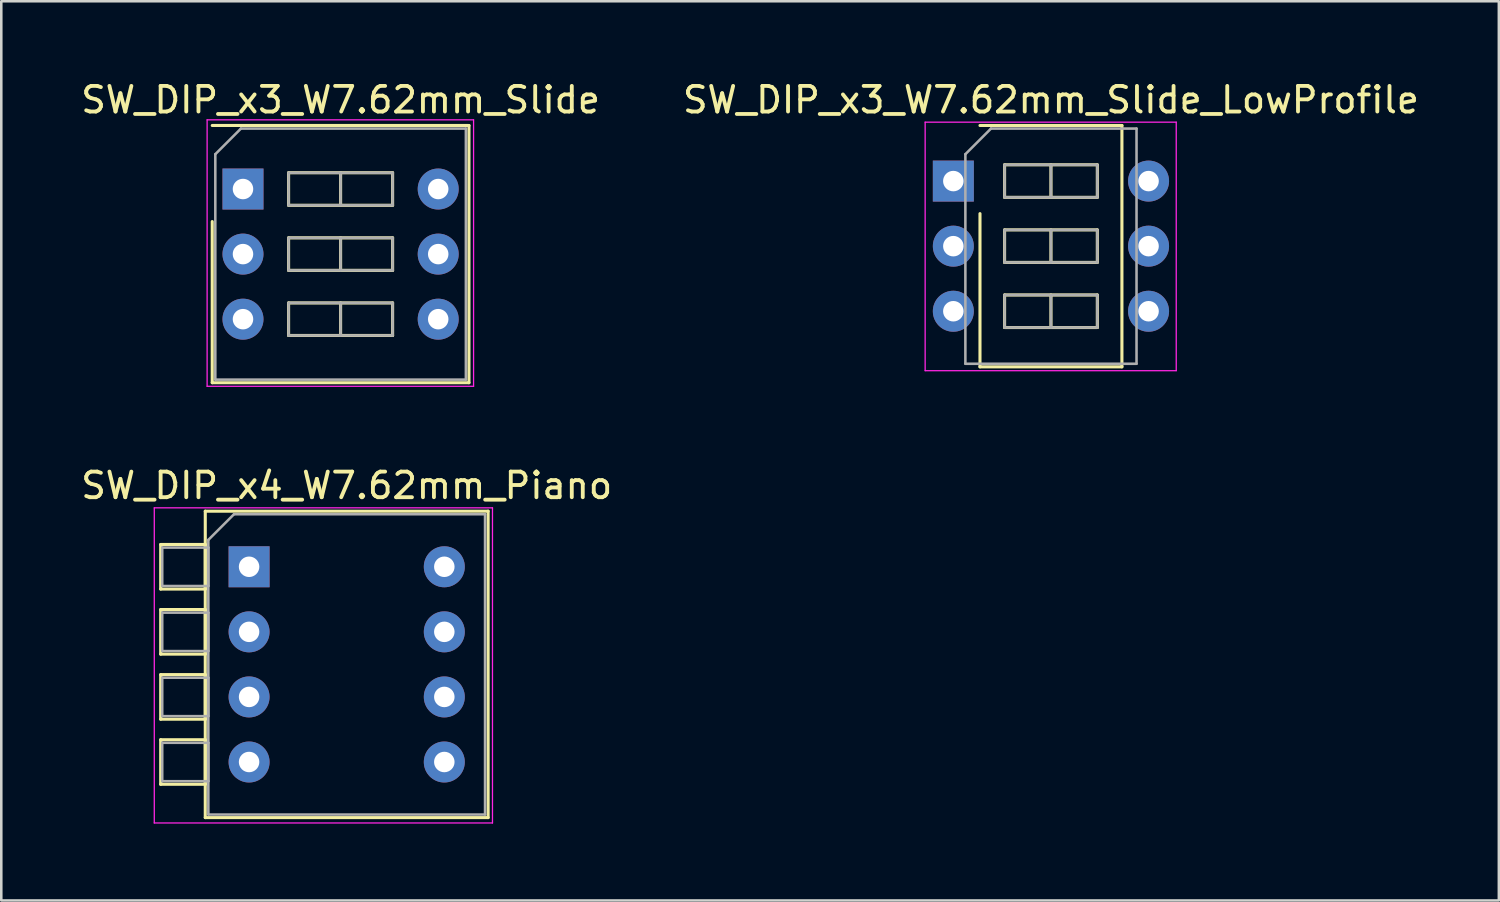
<source format=kicad_pcb>
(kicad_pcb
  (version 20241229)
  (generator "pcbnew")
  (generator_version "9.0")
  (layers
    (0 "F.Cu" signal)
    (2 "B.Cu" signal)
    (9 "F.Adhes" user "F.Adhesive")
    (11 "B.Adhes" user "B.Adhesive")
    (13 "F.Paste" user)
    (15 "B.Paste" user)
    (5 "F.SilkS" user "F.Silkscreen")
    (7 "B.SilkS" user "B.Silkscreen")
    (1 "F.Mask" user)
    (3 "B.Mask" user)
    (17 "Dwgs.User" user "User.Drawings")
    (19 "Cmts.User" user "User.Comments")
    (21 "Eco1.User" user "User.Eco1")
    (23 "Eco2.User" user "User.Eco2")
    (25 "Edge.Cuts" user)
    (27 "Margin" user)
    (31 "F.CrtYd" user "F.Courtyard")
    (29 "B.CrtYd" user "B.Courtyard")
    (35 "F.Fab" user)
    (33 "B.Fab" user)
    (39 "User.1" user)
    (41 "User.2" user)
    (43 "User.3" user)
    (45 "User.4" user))
  (footprint "SW_DIP_x3_W7.62mm_Slide"
    (layer "F.Cu")
    (at 6.434 4.328)
    (property "Reference" "SW_DIP_x3_W7.62mm_Slide" (at 3.81 -3.48 0) (layer "F.SilkS") (effects (font (size 1 1) (thickness 0.15))))
    (attr through_hole)
    (fp_line (start -1.2 -2.48) (end 8.82 -2.48) (stroke (width 0.12) (type solid)) (layer "F.SilkS"))
    (fp_line (start -1.2 7.56) (end -1.2 1.27) (stroke (width 0.12) (type solid)) (layer "F.SilkS"))
    (fp_line (start 1.78 -0.635) (end 1.78 0.635) (stroke (width 0.12) (type solid)) (layer "F.SilkS"))
    (fp_line (start 1.78 0.635) (end 5.84 0.635) (stroke (width 0.12) (type solid)) (layer "F.SilkS"))
    (fp_line (start 1.78 1.905) (end 1.78 3.175) (stroke (width 0.12) (type solid)) (layer "F.SilkS"))
    (fp_line (start 1.78 3.175) (end 5.84 3.175) (stroke (width 0.12) (type solid)) (layer "F.SilkS"))
    (fp_line (start 1.78 4.445) (end 1.78 5.715) (stroke (width 0.12) (type solid)) (layer "F.SilkS"))
    (fp_line (start 1.78 5.715) (end 5.84 5.715) (stroke (width 0.12) (type solid)) (layer "F.SilkS"))
    (fp_line (start 3.81 -0.635) (end 3.81 0.635) (stroke (width 0.12) (type solid)) (layer "F.SilkS"))
    (fp_line (start 3.81 1.905) (end 3.81 3.175) (stroke (width 0.12) (type solid)) (layer "F.SilkS"))
    (fp_line (start 3.81 4.445) (end 3.81 5.715) (stroke (width 0.12) (type solid)) (layer "F.SilkS"))
    (fp_line (start 5.84 -0.635) (end 1.78 -0.635) (stroke (width 0.12) (type solid)) (layer "F.SilkS"))
    (fp_line (start 5.84 0.635) (end 5.84 -0.635) (stroke (width 0.12) (type solid)) (layer "F.SilkS"))
    (fp_line (start 5.84 1.905) (end 1.78 1.905) (stroke (width 0.12) (type solid)) (layer "F.SilkS"))
    (fp_line (start 5.84 3.175) (end 5.84 1.905) (stroke (width 0.12) (type solid)) (layer "F.SilkS"))
    (fp_line (start 5.84 4.445) (end 1.78 4.445) (stroke (width 0.12) (type solid)) (layer "F.SilkS"))
    (fp_line (start 5.84 5.715) (end 5.84 4.445) (stroke (width 0.12) (type solid)) (layer "F.SilkS"))
    (fp_line (start 8.82 -2.48) (end 8.82 7.56) (stroke (width 0.12) (type solid)) (layer "F.SilkS"))
    (fp_line (start 8.82 7.56) (end -1.2 7.56) (stroke (width 0.12) (type solid)) (layer "F.SilkS"))
    (fp_line (start -1.4 -2.7) (end -1.4 7.7) (stroke (width 0.05) (type solid)) (layer "F.CrtYd"))
    (fp_line (start -1.4 7.7) (end 9 7.7) (stroke (width 0.05) (type solid)) (layer "F.CrtYd"))
    (fp_line (start 9 -2.7) (end -1.4 -2.7) (stroke (width 0.05) (type solid)) (layer "F.CrtYd"))
    (fp_line (start 9 7.7) (end 9 -2.7) (stroke (width 0.05) (type solid)) (layer "F.CrtYd"))
    (fp_line (start -1.08 -1.36) (end -0.08 -2.36) (stroke (width 0.1) (type solid)) (layer "F.Fab"))
    (fp_line (start -1.08 7.44) (end -1.08 -1.36) (stroke (width 0.1) (type solid)) (layer "F.Fab"))
    (fp_line (start -0.08 -2.36) (end 8.7 -2.36) (stroke (width 0.1) (type solid)) (layer "F.Fab"))
    (fp_line (start 1.78 -0.635) (end 1.78 0.635) (stroke (width 0.1) (type solid)) (layer "F.Fab"))
    (fp_line (start 1.78 0.635) (end 5.84 0.635) (stroke (width 0.1) (type solid)) (layer "F.Fab"))
    (fp_line (start 1.78 1.905) (end 1.78 3.175) (stroke (width 0.1) (type solid)) (layer "F.Fab"))
    (fp_line (start 1.78 3.175) (end 5.84 3.175) (stroke (width 0.1) (type solid)) (layer "F.Fab"))
    (fp_line (start 1.78 4.445) (end 1.78 5.715) (stroke (width 0.1) (type solid)) (layer "F.Fab"))
    (fp_line (start 1.78 5.715) (end 5.84 5.715) (stroke (width 0.1) (type solid)) (layer "F.Fab"))
    (fp_line (start 3.81 -0.635) (end 3.81 0.635) (stroke (width 0.1) (type solid)) (layer "F.Fab"))
    (fp_line (start 3.81 1.905) (end 3.81 3.175) (stroke (width 0.1) (type solid)) (layer "F.Fab"))
    (fp_line (start 3.81 4.445) (end 3.81 5.715) (stroke (width 0.1) (type solid)) (layer "F.Fab"))
    (fp_line (start 5.84 -0.635) (end 1.78 -0.635) (stroke (width 0.1) (type solid)) (layer "F.Fab"))
    (fp_line (start 5.84 0.635) (end 5.84 -0.635) (stroke (width 0.1) (type solid)) (layer "F.Fab"))
    (fp_line (start 5.84 1.905) (end 1.78 1.905) (stroke (width 0.1) (type solid)) (layer "F.Fab"))
    (fp_line (start 5.84 3.175) (end 5.84 1.905) (stroke (width 0.1) (type solid)) (layer "F.Fab"))
    (fp_line (start 5.84 4.445) (end 1.78 4.445) (stroke (width 0.1) (type solid)) (layer "F.Fab"))
    (fp_line (start 5.84 5.715) (end 5.84 4.445) (stroke (width 0.1) (type solid)) (layer "F.Fab"))
    (fp_line (start 8.7 -2.36) (end 8.7 7.44) (stroke (width 0.1) (type solid)) (layer "F.Fab"))
    (fp_line (start 8.7 7.44) (end -1.08 7.44) (stroke (width 0.1) (type solid)) (layer "F.Fab"))
    (pad "1" thru_hole rect (at 0 0) (size 1.6 1.6) (drill 0.8) (layers "*.Cu" "*.Mask"))
    (pad "2" thru_hole oval (at 0 2.54) (size 1.6 1.6) (drill 0.8) (layers "*.Cu" "*.Mask"))
    (pad "3" thru_hole oval (at 0 5.08) (size 1.6 1.6) (drill 0.8) (layers "*.Cu" "*.Mask"))
    (pad "4" thru_hole oval (at 7.62 5.08) (size 1.6 1.6) (drill 0.8) (layers "*.Cu" "*.Mask"))
    (pad "5" thru_hole oval (at 7.62 2.54) (size 1.6 1.6) (drill 0.8) (layers "*.Cu" "*.Mask"))
    (pad "6" thru_hole oval (at 7.62 0) (size 1.6 1.6) (drill 0.8) (layers "*.Cu" "*.Mask")))
  (footprint "SW_DIP_x4_W7.62mm_Piano"
    (layer "F.Cu")
    (at 6.672 19.072)
    (property "Reference" "SW_DIP_x4_W7.62mm_Piano" (at 3.81 -3.17 0) (layer "F.SilkS") (effects (font (size 1 1) (thickness 0.15))))
    (attr through_hole)
    (fp_line (start -3.45 -0.87) (end -3.45 0.87) (stroke (width 0.12) (type solid)) (layer "F.SilkS"))
    (fp_line (start -3.45 0.87) (end -1.71 0.87) (stroke (width 0.12) (type solid)) (layer "F.SilkS"))
    (fp_line (start -3.45 1.67) (end -3.45 3.41) (stroke (width 0.12) (type solid)) (layer "F.SilkS"))
    (fp_line (start -3.45 3.41) (end -1.71 3.41) (stroke (width 0.12) (type solid)) (layer "F.SilkS"))
    (fp_line (start -3.45 4.21) (end -3.45 5.95) (stroke (width 0.12) (type solid)) (layer "F.SilkS"))
    (fp_line (start -3.45 5.95) (end -1.71 5.95) (stroke (width 0.12) (type solid)) (layer "F.SilkS"))
    (fp_line (start -3.45 6.75) (end -3.45 8.49) (stroke (width 0.12) (type solid)) (layer "F.SilkS"))
    (fp_line (start -3.45 8.49) (end -1.71 8.49) (stroke (width 0.12) (type solid)) (layer "F.SilkS"))
    (fp_line (start -1.71 -2.17) (end 9.33 -2.17) (stroke (width 0.12) (type solid)) (layer "F.SilkS"))
    (fp_line (start -1.71 -0.87) (end -3.45 -0.87) (stroke (width 0.12) (type solid)) (layer "F.SilkS"))
    (fp_line (start -1.71 0.87) (end -1.71 -0.87) (stroke (width 0.12) (type solid)) (layer "F.SilkS"))
    (fp_line (start -1.71 1.67) (end -3.45 1.67) (stroke (width 0.12) (type solid)) (layer "F.SilkS"))
    (fp_line (start -1.71 3.41) (end -1.71 1.67) (stroke (width 0.12) (type solid)) (layer "F.SilkS"))
    (fp_line (start -1.71 4.21) (end -3.45 4.21) (stroke (width 0.12) (type solid)) (layer "F.SilkS"))
    (fp_line (start -1.71 5.95) (end -1.71 4.21) (stroke (width 0.12) (type solid)) (layer "F.SilkS"))
    (fp_line (start -1.71 6.75) (end -3.45 6.75) (stroke (width 0.12) (type solid)) (layer "F.SilkS"))
    (fp_line (start -1.71 8.49) (end -1.71 6.75) (stroke (width 0.12) (type solid)) (layer "F.SilkS"))
    (fp_line (start -1.71 9.79) (end -1.71 -2.17) (stroke (width 0.12) (type solid)) (layer "F.SilkS"))
    (fp_line (start 9.33 -2.17) (end 9.33 9.79) (stroke (width 0.12) (type solid)) (layer "F.SilkS"))
    (fp_line (start 9.33 9.79) (end -1.71 9.79) (stroke (width 0.12) (type solid)) (layer "F.SilkS"))
    (fp_line (start -3.7 -2.3) (end -3.7 10) (stroke (width 0.05) (type solid)) (layer "F.CrtYd"))
    (fp_line (start -3.7 10) (end 9.5 10) (stroke (width 0.05) (type solid)) (layer "F.CrtYd"))
    (fp_line (start 9.5 -2.3) (end -3.7 -2.3) (stroke (width 0.05) (type solid)) (layer "F.CrtYd"))
    (fp_line (start 9.5 10) (end 9.5 -2.3) (stroke (width 0.05) (type solid)) (layer "F.CrtYd"))
    (fp_line (start -3.39 -0.75) (end -1.59 -0.75) (stroke (width 0.1) (type solid)) (layer "F.Fab"))
    (fp_line (start -3.39 0.75) (end -3.39 -0.75) (stroke (width 0.1) (type solid)) (layer "F.Fab"))
    (fp_line (start -3.39 1.79) (end -1.59 1.79) (stroke (width 0.1) (type solid)) (layer "F.Fab"))
    (fp_line (start -3.39 3.29) (end -3.39 1.79) (stroke (width 0.1) (type solid)) (layer "F.Fab"))
    (fp_line (start -3.39 4.33) (end -1.59 4.33) (stroke (width 0.1) (type solid)) (layer "F.Fab"))
    (fp_line (start -3.39 5.83) (end -3.39 4.33) (stroke (width 0.1) (type solid)) (layer "F.Fab"))
    (fp_line (start -3.39 6.87) (end -1.59 6.87) (stroke (width 0.1) (type solid)) (layer "F.Fab"))
    (fp_line (start -3.39 8.37) (end -3.39 6.87) (stroke (width 0.1) (type solid)) (layer "F.Fab"))
    (fp_line (start -1.59 -1.05) (end -0.59 -2.05) (stroke (width 0.1) (type solid)) (layer "F.Fab"))
    (fp_line (start -1.59 -0.75) (end -1.59 0.75) (stroke (width 0.1) (type solid)) (layer "F.Fab"))
    (fp_line (start -1.59 0.75) (end -3.39 0.75) (stroke (width 0.1) (type solid)) (layer "F.Fab"))
    (fp_line (start -1.59 1.79) (end -1.59 3.29) (stroke (width 0.1) (type solid)) (layer "F.Fab"))
    (fp_line (start -1.59 3.29) (end -3.39 3.29) (stroke (width 0.1) (type solid)) (layer "F.Fab"))
    (fp_line (start -1.59 4.33) (end -1.59 5.83) (stroke (width 0.1) (type solid)) (layer "F.Fab"))
    (fp_line (start -1.59 5.83) (end -3.39 5.83) (stroke (width 0.1) (type solid)) (layer "F.Fab"))
    (fp_line (start -1.59 6.87) (end -1.59 8.37) (stroke (width 0.1) (type solid)) (layer "F.Fab"))
    (fp_line (start -1.59 8.37) (end -3.39 8.37) (stroke (width 0.1) (type solid)) (layer "F.Fab"))
    (fp_line (start -1.59 9.67) (end -1.59 -1.05) (stroke (width 0.1) (type solid)) (layer "F.Fab"))
    (fp_line (start -0.59 -2.05) (end 9.21 -2.05) (stroke (width 0.1) (type solid)) (layer "F.Fab"))
    (fp_line (start 9.21 -2.05) (end 9.21 9.67) (stroke (width 0.1) (type solid)) (layer "F.Fab"))
    (fp_line (start 9.21 9.67) (end -1.59 9.67) (stroke (width 0.1) (type solid)) (layer "F.Fab"))
    (pad "1" thru_hole rect (at 0 0) (size 1.6 1.6) (drill 0.8) (layers "*.Cu" "*.Mask"))
    (pad "2" thru_hole oval (at 0 2.54) (size 1.6 1.6) (drill 0.8) (layers "*.Cu" "*.Mask"))
    (pad "3" thru_hole oval (at 0 5.08) (size 1.6 1.6) (drill 0.8) (layers "*.Cu" "*.Mask"))
    (pad "4" thru_hole oval (at 0 7.62) (size 1.6 1.6) (drill 0.8) (layers "*.Cu" "*.Mask"))
    (pad "5" thru_hole oval (at 7.62 7.62) (size 1.6 1.6) (drill 0.8) (layers "*.Cu" "*.Mask"))
    (pad "6" thru_hole oval (at 7.62 5.08) (size 1.6 1.6) (drill 0.8) (layers "*.Cu" "*.Mask"))
    (pad "7" thru_hole oval (at 7.62 2.54) (size 1.6 1.6) (drill 0.8) (layers "*.Cu" "*.Mask"))
    (pad "8" thru_hole oval (at 7.62 0) (size 1.6 1.6) (drill 0.8) (layers "*.Cu" "*.Mask")))
  (footprint "SW_DIP_x3_W7.62mm_Slide_LowProfile"
    (layer "F.Cu")
    (at 34.16 4.018)
    (property "Reference" "SW_DIP_x3_W7.62mm_Slide_LowProfile" (at 3.81 -3.17 0) (layer "F.SilkS") (effects (font (size 1 1) (thickness 0.15))))
    (attr through_hole)
    (fp_line (start 1.04 -2.17) (end 6.58 -2.17) (stroke (width 0.12) (type solid)) (layer "F.SilkS"))
    (fp_line (start 1.04 7.25) (end 1.04 1.27) (stroke (width 0.12) (type solid)) (layer "F.SilkS"))
    (fp_line (start 2 -0.635) (end 2 0.635) (stroke (width 0.12) (type solid)) (layer "F.SilkS"))
    (fp_line (start 2 0.635) (end 5.62 0.635) (stroke (width 0.12) (type solid)) (layer "F.SilkS"))
    (fp_line (start 2 1.905) (end 2 3.175) (stroke (width 0.12) (type solid)) (layer "F.SilkS"))
    (fp_line (start 2 3.175) (end 5.62 3.175) (stroke (width 0.12) (type solid)) (layer "F.SilkS"))
    (fp_line (start 2 4.445) (end 2 5.715) (stroke (width 0.12) (type solid)) (layer "F.SilkS"))
    (fp_line (start 2 5.715) (end 5.62 5.715) (stroke (width 0.12) (type solid)) (layer "F.SilkS"))
    (fp_line (start 3.81 -0.635) (end 3.81 0.635) (stroke (width 0.12) (type solid)) (layer "F.SilkS"))
    (fp_line (start 3.81 1.905) (end 3.81 3.175) (stroke (width 0.12) (type solid)) (layer "F.SilkS"))
    (fp_line (start 3.81 4.445) (end 3.81 5.715) (stroke (width 0.12) (type solid)) (layer "F.SilkS"))
    (fp_line (start 5.62 -0.635) (end 2 -0.635) (stroke (width 0.12) (type solid)) (layer "F.SilkS"))
    (fp_line (start 5.62 0.635) (end 5.62 -0.635) (stroke (width 0.12) (type solid)) (layer "F.SilkS"))
    (fp_line (start 5.62 1.905) (end 2 1.905) (stroke (width 0.12) (type solid)) (layer "F.SilkS"))
    (fp_line (start 5.62 3.175) (end 5.62 1.905) (stroke (width 0.12) (type solid)) (layer "F.SilkS"))
    (fp_line (start 5.62 4.445) (end 2 4.445) (stroke (width 0.12) (type solid)) (layer "F.SilkS"))
    (fp_line (start 5.62 5.715) (end 5.62 4.445) (stroke (width 0.12) (type solid)) (layer "F.SilkS"))
    (fp_line (start 6.58 -2.17) (end 6.58 7.25) (stroke (width 0.12) (type solid)) (layer "F.SilkS"))
    (fp_line (start 6.58 7.25) (end 1.04 7.25) (stroke (width 0.12) (type solid)) (layer "F.SilkS"))
    (fp_line (start -1.1 -2.3) (end -1.1 7.4) (stroke (width 0.05) (type solid)) (layer "F.CrtYd"))
    (fp_line (start -1.1 7.4) (end 8.7 7.4) (stroke (width 0.05) (type solid)) (layer "F.CrtYd"))
    (fp_line (start 8.7 -2.3) (end -1.1 -2.3) (stroke (width 0.05) (type solid)) (layer "F.CrtYd"))
    (fp_line (start 8.7 7.4) (end 8.7 -2.3) (stroke (width 0.05) (type solid)) (layer "F.CrtYd"))
    (fp_line (start 0.47 -1.05) (end 1.47 -2.05) (stroke (width 0.1) (type solid)) (layer "F.Fab"))
    (fp_line (start 0.47 7.13) (end 0.47 -1.05) (stroke (width 0.1) (type solid)) (layer "F.Fab"))
    (fp_line (start 1.47 -2.05) (end 7.15 -2.05) (stroke (width 0.1) (type solid)) (layer "F.Fab"))
    (fp_line (start 2 -0.635) (end 2 0.635) (stroke (width 0.1) (type solid)) (layer "F.Fab"))
    (fp_line (start 2 0.635) (end 5.62 0.635) (stroke (width 0.1) (type solid)) (layer "F.Fab"))
    (fp_line (start 2 1.905) (end 2 3.175) (stroke (width 0.1) (type solid)) (layer "F.Fab"))
    (fp_line (start 2 3.175) (end 5.62 3.175) (stroke (width 0.1) (type solid)) (layer "F.Fab"))
    (fp_line (start 2 4.445) (end 2 5.715) (stroke (width 0.1) (type solid)) (layer "F.Fab"))
    (fp_line (start 2 5.715) (end 5.62 5.715) (stroke (width 0.1) (type solid)) (layer "F.Fab"))
    (fp_line (start 3.81 -0.635) (end 3.81 0.635) (stroke (width 0.1) (type solid)) (layer "F.Fab"))
    (fp_line (start 3.81 1.905) (end 3.81 3.175) (stroke (width 0.1) (type solid)) (layer "F.Fab"))
    (fp_line (start 3.81 4.445) (end 3.81 5.715) (stroke (width 0.1) (type solid)) (layer "F.Fab"))
    (fp_line (start 5.62 -0.635) (end 2 -0.635) (stroke (width 0.1) (type solid)) (layer "F.Fab"))
    (fp_line (start 5.62 0.635) (end 5.62 -0.635) (stroke (width 0.1) (type solid)) (layer "F.Fab"))
    (fp_line (start 5.62 1.905) (end 2 1.905) (stroke (width 0.1) (type solid)) (layer "F.Fab"))
    (fp_line (start 5.62 3.175) (end 5.62 1.905) (stroke (width 0.1) (type solid)) (layer "F.Fab"))
    (fp_line (start 5.62 4.445) (end 2 4.445) (stroke (width 0.1) (type solid)) (layer "F.Fab"))
    (fp_line (start 5.62 5.715) (end 5.62 4.445) (stroke (width 0.1) (type solid)) (layer "F.Fab"))
    (fp_line (start 7.15 -2.05) (end 7.15 7.13) (stroke (width 0.1) (type solid)) (layer "F.Fab"))
    (fp_line (start 7.15 7.13) (end 0.47 7.13) (stroke (width 0.1) (type solid)) (layer "F.Fab"))
    (pad "1" thru_hole rect (at 0 0) (size 1.6 1.6) (drill 0.8) (layers "*.Cu" "*.Mask"))
    (pad "2" thru_hole oval (at 0 2.54) (size 1.6 1.6) (drill 0.8) (layers "*.Cu" "*.Mask"))
    (pad "3" thru_hole oval (at 0 5.08) (size 1.6 1.6) (drill 0.8) (layers "*.Cu" "*.Mask"))
    (pad "4" thru_hole oval (at 7.62 5.08) (size 1.6 1.6) (drill 0.8) (layers "*.Cu" "*.Mask"))
    (pad "5" thru_hole oval (at 7.62 2.54) (size 1.6 1.6) (drill 0.8) (layers "*.Cu" "*.Mask"))
    (pad "6" thru_hole oval (at 7.62 0) (size 1.6 1.6) (drill 0.8) (layers "*.Cu" "*.Mask")))
  (gr_rect
    (start -3 -3)
    (end 55.452 32.096)
    (stroke (width 0.1) (type default))
    (fill no)
    (layer "Edge.Cuts")))
</source>
